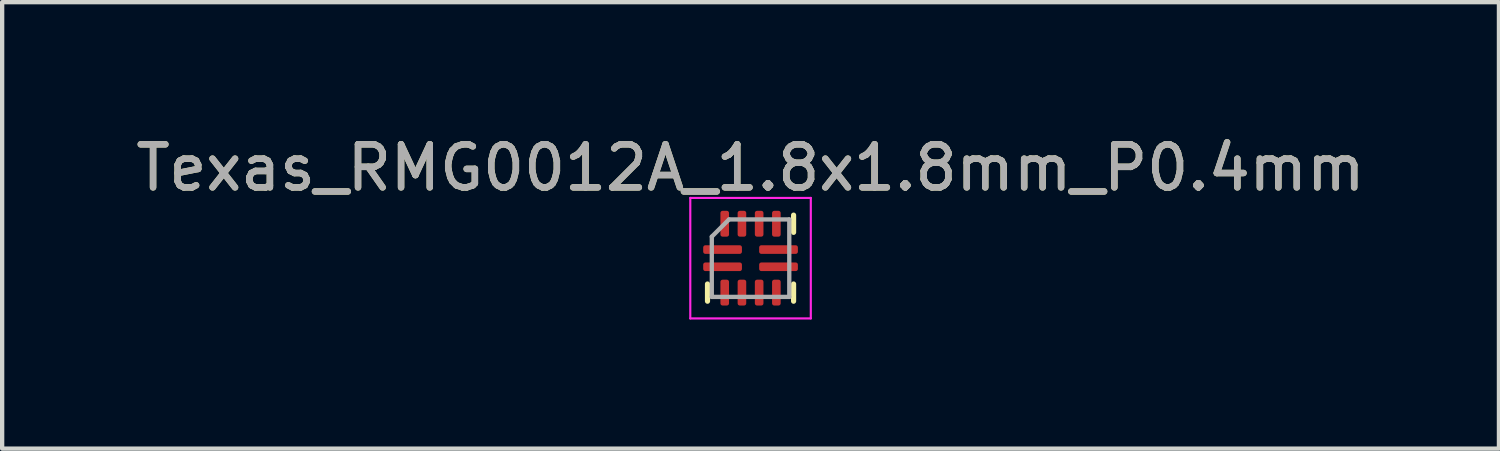
<source format=kicad_pcb>
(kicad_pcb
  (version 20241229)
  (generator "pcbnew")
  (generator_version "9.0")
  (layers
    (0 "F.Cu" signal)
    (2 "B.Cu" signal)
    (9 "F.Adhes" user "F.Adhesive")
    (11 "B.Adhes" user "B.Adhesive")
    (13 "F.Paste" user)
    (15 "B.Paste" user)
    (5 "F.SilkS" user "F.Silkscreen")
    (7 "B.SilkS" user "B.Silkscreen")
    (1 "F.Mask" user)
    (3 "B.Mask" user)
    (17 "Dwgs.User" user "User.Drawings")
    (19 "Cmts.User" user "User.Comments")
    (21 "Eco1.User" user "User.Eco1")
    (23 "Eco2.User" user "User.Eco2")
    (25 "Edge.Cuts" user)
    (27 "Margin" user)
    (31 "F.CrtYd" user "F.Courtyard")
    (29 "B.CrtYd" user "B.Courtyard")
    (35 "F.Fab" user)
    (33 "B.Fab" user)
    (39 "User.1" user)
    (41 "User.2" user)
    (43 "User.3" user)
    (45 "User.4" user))
  (footprint "Texas_RMG0012A_1.8x1.8mm_P0.4mm"
    (layer "F.Cu")
    (at 14.387 2.948)
    (property "Reference" "Texas_RMG0012A_1.8x1.8mm_P0.4mm" (at 0 -2.1 0) (unlocked yes) (layer "F.SilkS") (effects (font (size 1 1) (thickness 0.15))))
    (attr smd)
    (fp_line (start -1 0.6) (end -1 1) (stroke (width 0.12) (type solid)) (layer "F.SilkS"))
    (fp_line (start 1 -1) (end 1 -0.6) (stroke (width 0.12) (type solid)) (layer "F.SilkS"))
    (fp_line (start 1 0.6) (end 1 1) (stroke (width 0.12) (type solid)) (layer "F.SilkS"))
    (fp_line (start -1.4 -1.4) (end -1.4 1.4) (stroke (width 0.05) (type solid)) (layer "F.CrtYd"))
    (fp_line (start -1.4 -1.4) (end 1.4 -1.4) (stroke (width 0.05) (type solid)) (layer "F.CrtYd"))
    (fp_line (start -1.4 1.4) (end 1.4 1.4) (stroke (width 0.05) (type solid)) (layer "F.CrtYd"))
    (fp_line (start 1.4 1.4) (end 1.4 -1.4) (stroke (width 0.05) (type solid)) (layer "F.CrtYd"))
    (fp_line (start -0.9 -0.5) (end -0.9 0.9) (stroke (width 0.1) (type solid)) (layer "F.Fab"))
    (fp_line (start -0.9 -0.5) (end -0.5 -0.9) (stroke (width 0.1) (type solid)) (layer "F.Fab"))
    (fp_line (start -0.9 0.9) (end 0.9 0.9) (stroke (width 0.1) (type solid)) (layer "F.Fab"))
    (fp_line (start 0.9 -0.9) (end -0.5 -0.9) (stroke (width 0.1) (type solid)) (layer "F.Fab"))
    (fp_line (start 0.9 0.9) (end 0.9 -0.9) (stroke (width 0.1) (type solid)) (layer "F.Fab"))
    (fp_text user "${REFERENCE}" (at 0 -2.1 0) (unlocked yes) (layer "F.Fab") (effects (font (size 1 1) (thickness 0.15))))
    (pad "1" smd roundrect (at -0.65 -0.2 90) (size 0.2 0.9) (layers "F.Cu" "F.Mask" "F.Paste") (roundrect_rratio 0.25))
    (pad "2" smd roundrect (at -0.65 0.2 90) (size 0.2 0.9) (layers "F.Cu" "F.Mask" "F.Paste") (roundrect_rratio 0.25))
    (pad "3" smd roundrect (at -0.6 0.8) (size 0.2 0.6) (layers "F.Cu" "F.Mask" "F.Paste") (roundrect_rratio 0.25))
    (pad "4" smd roundrect (at -0.2 0.8) (size 0.2 0.6) (layers "F.Cu" "F.Mask" "F.Paste") (roundrect_rratio 0.25))
    (pad "5" smd roundrect (at 0.2 0.8) (size 0.2 0.6) (layers "F.Cu" "F.Mask" "F.Paste") (roundrect_rratio 0.25))
    (pad "6" smd roundrect (at 0.6 0.8) (size 0.2 0.6) (layers "F.Cu" "F.Mask" "F.Paste") (roundrect_rratio 0.25))
    (pad "7" smd roundrect (at 0.65 0.2 90) (size 0.2 0.9) (layers "F.Cu" "F.Mask" "F.Paste") (roundrect_rratio 0.25))
    (pad "8" smd roundrect (at 0.65 -0.2 90) (size 0.2 0.9) (layers "F.Cu" "F.Mask" "F.Paste") (roundrect_rratio 0.25))
    (pad "9" smd roundrect (at 0.6 -0.8) (size 0.2 0.6) (layers "F.Cu" "F.Mask" "F.Paste") (roundrect_rratio 0.25))
    (pad "10" smd roundrect (at 0.2 -0.8) (size 0.2 0.6) (layers "F.Cu" "F.Mask" "F.Paste") (roundrect_rratio 0.25))
    (pad "11" smd roundrect (at -0.2 -0.8) (size 0.2 0.6) (layers "F.Cu" "F.Mask" "F.Paste") (roundrect_rratio 0.25))
    (pad "12" smd roundrect (at -0.6 -0.8) (size 0.2 0.6) (layers "F.Cu" "F.Mask" "F.Paste") (roundrect_rratio 0.25)))
  (gr_rect
    (start -3 -3)
    (end 31.774 7.373)
    (stroke (width 0.1) (type default))
    (fill no)
    (layer "Edge.Cuts")))
</source>
